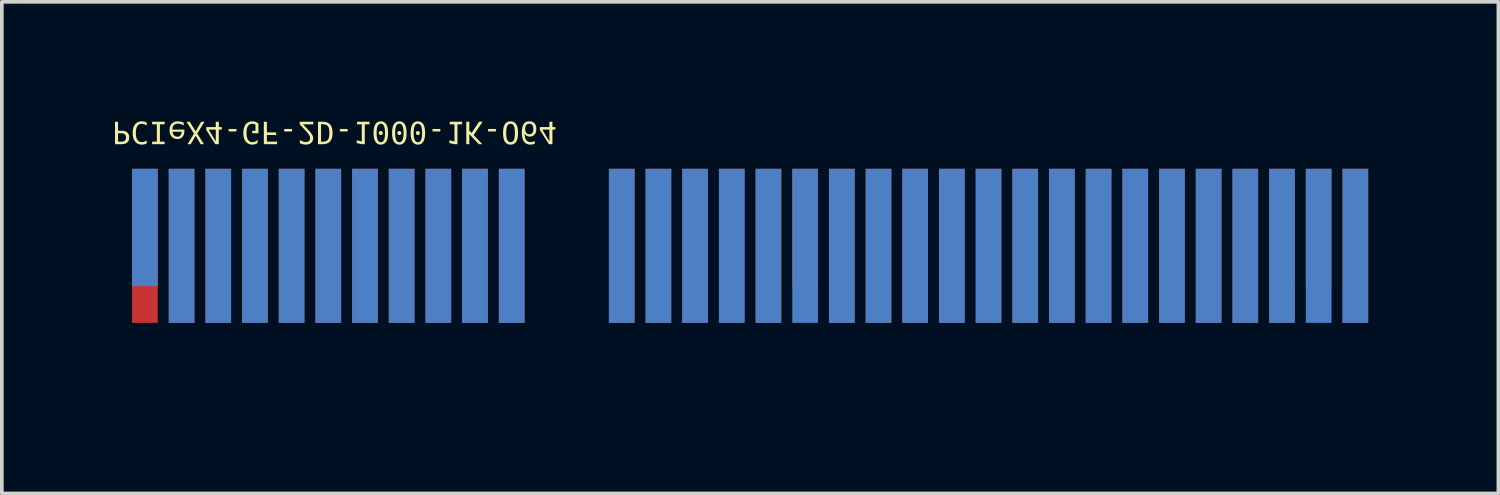
<source format=kicad_pcb>
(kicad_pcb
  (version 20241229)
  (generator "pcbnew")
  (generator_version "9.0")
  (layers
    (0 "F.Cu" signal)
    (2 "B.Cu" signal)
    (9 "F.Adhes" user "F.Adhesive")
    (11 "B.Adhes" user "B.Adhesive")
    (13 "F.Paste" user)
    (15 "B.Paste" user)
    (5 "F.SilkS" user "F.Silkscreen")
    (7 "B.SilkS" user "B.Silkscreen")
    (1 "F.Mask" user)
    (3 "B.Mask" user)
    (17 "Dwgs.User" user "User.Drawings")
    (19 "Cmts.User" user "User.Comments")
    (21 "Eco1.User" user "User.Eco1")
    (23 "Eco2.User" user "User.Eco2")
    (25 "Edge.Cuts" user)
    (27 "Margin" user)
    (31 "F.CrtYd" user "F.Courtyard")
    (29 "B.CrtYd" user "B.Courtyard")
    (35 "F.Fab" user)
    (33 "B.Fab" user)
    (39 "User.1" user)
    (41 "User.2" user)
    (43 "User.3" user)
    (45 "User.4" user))
  (footprint "PCIeX4-GF-2D-1000-1K-O64"
    (layer "F.Cu")
    (at 10.4 3.652)
    (property "Reference" "PCIeX4-GF-2D-1000-1K-O64" (at -10.395 -3.485 180) (unlocked yes) (layer "F.SilkS") (effects (font (face "Consolas") (size 0.6 0.6) (thickness 0.254)) (justify left bottom mirror)))
    (fp_rect (start -10.4 3.75) (end 24.4 -2.225) (stroke (width 0) (type default)) (fill yes) (layer "F.Mask"))
    (fp_rect (start -10.4 3.75) (end 24.4 -2.225) (stroke (width 0) (type default)) (fill yes) (layer "B.Mask"))
    (pad "A1" smd rect (at -9.5 -0.5) (size 0.7 3.2) (layers "B.Cu" "B.Mask" "B.Paste"))
    (pad "A2" smd rect (at -8.5 0) (size 0.7 4.2) (layers "B.Cu" "B.Mask" "B.Paste"))
    (pad "A3" smd rect (at -7.5 0) (size 0.7 4.2) (layers "B.Cu" "B.Mask" "B.Paste"))
    (pad "A4" smd rect (at -6.5 0) (size 0.7 4.2) (layers "B.Cu" "B.Mask" "B.Paste"))
    (pad "A5" smd rect (at -5.5 0) (size 0.7 4.2) (layers "B.Cu" "B.Mask" "B.Paste"))
    (pad "A6" smd rect (at -4.5 0) (size 0.7 4.2) (layers "B.Cu" "B.Mask" "B.Paste"))
    (pad "A7" smd rect (at -3.5 0) (size 0.7 4.2) (layers "B.Cu" "B.Mask" "B.Paste"))
    (pad "A8" smd rect (at -2.5 0) (size 0.7 4.2) (layers "B.Cu" "B.Mask" "B.Paste"))
    (pad "A9" smd rect (at -1.5 0) (size 0.7 4.2) (layers "B.Cu" "B.Mask" "B.Paste"))
    (pad "A10" smd rect (at -0.5 0) (size 0.7 4.2) (layers "B.Cu" "B.Mask" "B.Paste"))
    (pad "A11" smd rect (at 0.5 0) (size 0.7 4.2) (layers "B.Cu" "B.Mask" "B.Paste"))
    (pad "A12" smd rect (at 3.5 0) (size 0.7 4.2) (layers "B.Cu" "B.Mask" "B.Paste"))
    (pad "A13" smd rect (at 4.5 0) (size 0.7 4.2) (layers "B.Cu" "B.Mask" "B.Paste"))
    (pad "A14" smd rect (at 5.5 0) (size 0.7 4.2) (layers "B.Cu" "B.Mask" "B.Paste"))
    (pad "A15" smd rect (at 6.5 0) (size 0.7 4.2) (layers "B.Cu" "B.Mask" "B.Paste"))
    (pad "A16" smd rect (at 7.5 0) (size 0.7 4.2) (layers "B.Cu" "B.Mask" "B.Paste"))
    (pad "A17" smd rect (at 8.5 0) (size 0.7 4.2) (layers "B.Cu" "B.Mask" "B.Paste"))
    (pad "A18" smd rect (at 9.5 0) (size 0.7 4.2) (layers "B.Cu" "B.Mask" "B.Paste"))
    (pad "A19" smd rect (at 10.5 0) (size 0.7 4.2) (layers "B.Cu" "B.Mask" "B.Paste"))
    (pad "A20" smd rect (at 11.5 0) (size 0.7 4.2) (layers "B.Cu" "B.Mask" "B.Paste"))
    (pad "A21" smd rect (at 12.5 0) (size 0.7 4.2) (layers "B.Cu" "B.Mask" "B.Paste"))
    (pad "A22" smd rect (at 13.5 0) (size 0.7 4.2) (layers "B.Cu" "B.Mask" "B.Paste"))
    (pad "A23" smd rect (at 14.5 0) (size 0.7 4.2) (layers "B.Cu" "B.Mask" "B.Paste"))
    (pad "A24" smd rect (at 15.5 0) (size 0.7 4.2) (layers "B.Cu" "B.Mask" "B.Paste"))
    (pad "A25" smd rect (at 16.5 0) (size 0.7 4.2) (layers "B.Cu" "B.Mask" "B.Paste"))
    (pad "A26" smd rect (at 17.5 0) (size 0.7 4.2) (layers "B.Cu" "B.Mask" "B.Paste"))
    (pad "A27" smd rect (at 18.5 0) (size 0.7 4.2) (layers "B.Cu" "B.Mask" "B.Paste"))
    (pad "A28" smd rect (at 19.5 0) (size 0.7 4.2) (layers "B.Cu" "B.Mask" "B.Paste"))
    (pad "A29" smd rect (at 20.5 0) (size 0.7 4.2) (layers "B.Cu" "B.Mask" "B.Paste"))
    (pad "A30" smd rect (at 21.5 0) (size 0.7 4.2) (layers "B.Cu" "B.Mask" "B.Paste"))
    (pad "A31" smd rect (at 22.5 0) (size 0.7 4.2) (layers "B.Cu" "B.Mask" "B.Paste"))
    (pad "A32" smd rect (at 23.5 0) (size 0.7 4.2) (layers "B.Cu" "B.Mask" "B.Paste"))
    (pad "B1" smd rect (at -9.5 0) (size 0.7 4.2) (layers "F.Cu" "F.Mask" "F.Paste"))
    (pad "B2" smd rect (at -8.5 0) (size 0.7 4.2) (layers "F.Cu" "F.Mask" "F.Paste"))
    (pad "B3" smd rect (at -7.5 0) (size 0.7 4.2) (layers "F.Cu" "F.Mask" "F.Paste"))
    (pad "B4" smd rect (at -6.5 0) (size 0.7 4.2) (layers "F.Cu" "F.Mask" "F.Paste"))
    (pad "B5" smd rect (at -5.5 0) (size 0.7 4.2) (layers "F.Cu" "F.Mask" "F.Paste"))
    (pad "B6" smd rect (at -4.5 0) (size 0.7 4.2) (layers "F.Cu" "F.Mask" "F.Paste"))
    (pad "B7" smd rect (at -3.5 0) (size 0.7 4.2) (layers "F.Cu" "F.Mask" "F.Paste"))
    (pad "B8" smd rect (at -2.5 0) (size 0.7 4.2) (layers "F.Cu" "F.Mask" "F.Paste"))
    (pad "B9" smd rect (at -1.5 0) (size 0.7 4.2) (layers "F.Cu" "F.Mask" "F.Paste"))
    (pad "B10" smd rect (at -0.5 0) (size 0.7 4.2) (layers "F.Cu" "F.Mask" "F.Paste"))
    (pad "B11" smd rect (at 0.5 0) (size 0.7 4.2) (layers "F.Cu" "F.Mask" "F.Paste"))
    (pad "B12" smd rect (at 3.5 0) (size 0.7 4.2) (layers "F.Cu" "F.Mask" "F.Paste"))
    (pad "B13" smd rect (at 4.5 0) (size 0.7 4.2) (layers "F.Cu" "F.Mask" "F.Paste"))
    (pad "B14" smd rect (at 5.5 0) (size 0.7 4.2) (layers "F.Cu" "F.Mask" "F.Paste"))
    (pad "B15" smd rect (at 6.5 0) (size 0.7 4.2) (layers "F.Cu" "F.Mask" "F.Paste"))
    (pad "B16" smd rect (at 7.5 0) (size 0.7 4.2) (layers "F.Cu" "F.Mask" "F.Paste"))
    (pad "B17" smd rect (at 8.5 -0.5) (size 0.7 3.2) (layers "F.Cu" "F.Mask" "F.Paste"))
    (pad "B18" smd rect (at 9.5 0) (size 0.7 4.2) (layers "F.Cu" "F.Mask" "F.Paste"))
    (pad "B19" smd rect (at 10.5 0) (size 0.7 4.2) (layers "F.Cu" "F.Mask" "F.Paste"))
    (pad "B20" smd rect (at 11.5 0) (size 0.7 4.2) (layers "F.Cu" "F.Mask" "F.Paste"))
    (pad "B21" smd rect (at 12.5 0) (size 0.7 4.2) (layers "F.Cu" "F.Mask" "F.Paste"))
    (pad "B22" smd rect (at 13.5 0) (size 0.7 4.2) (layers "F.Cu" "F.Mask" "F.Paste"))
    (pad "B23" smd rect (at 14.5 0) (size 0.7 4.2) (layers "F.Cu" "F.Mask" "F.Paste"))
    (pad "B24" smd rect (at 15.5 0) (size 0.7 4.2) (layers "F.Cu" "F.Mask" "F.Paste"))
    (pad "B25" smd rect (at 16.5 0) (size 0.7 4.2) (layers "F.Cu" "F.Mask" "F.Paste"))
    (pad "B26" smd rect (at 17.5 0) (size 0.7 4.2) (layers "F.Cu" "F.Mask" "F.Paste"))
    (pad "B27" smd rect (at 18.5 0) (size 0.7 4.2) (layers "F.Cu" "F.Mask" "F.Paste"))
    (pad "B28" smd rect (at 19.5 0) (size 0.7 4.2) (layers "F.Cu" "F.Mask" "F.Paste"))
    (pad "B29" smd rect (at 20.5 0) (size 0.7 4.2) (layers "F.Cu" "F.Mask" "F.Paste"))
    (pad "B30" smd rect (at 21.5 0) (size 0.7 4.2) (layers "F.Cu" "F.Mask" "F.Paste"))
    (pad "B31" smd rect (at 22.5 -0.5) (size 0.7 3.2) (layers "F.Cu" "F.Mask" "F.Paste"))
    (pad "B32" smd rect (at 23.5 0) (size 0.7 4.2) (layers "F.Cu" "F.Mask" "F.Paste")))
  (gr_rect
    (start -3 -3)
    (end 37.8 10.402)
    (stroke (width 0.1) (type default))
    (fill no)
    (layer "Edge.Cuts")))
</source>
